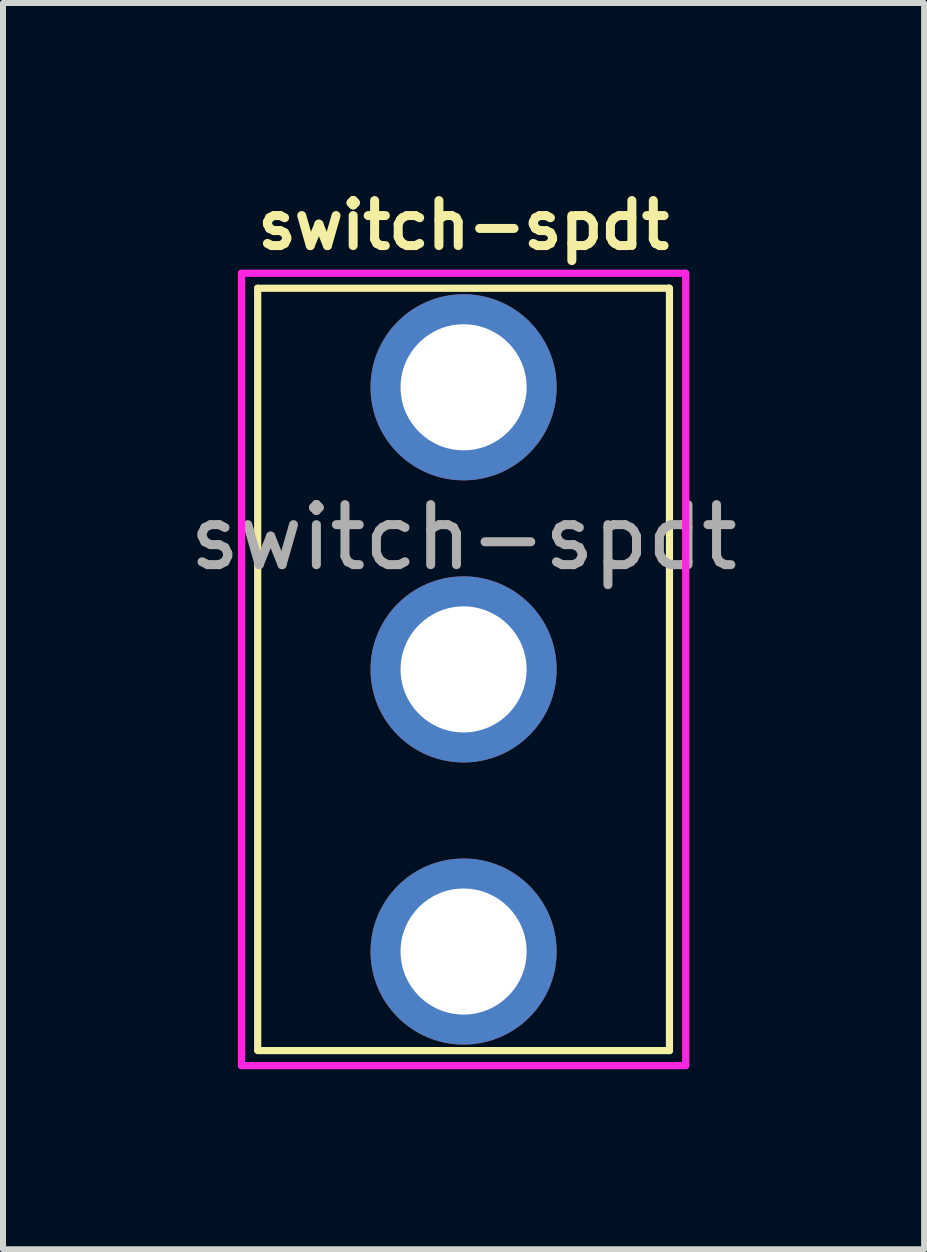
<source format=kicad_pcb>
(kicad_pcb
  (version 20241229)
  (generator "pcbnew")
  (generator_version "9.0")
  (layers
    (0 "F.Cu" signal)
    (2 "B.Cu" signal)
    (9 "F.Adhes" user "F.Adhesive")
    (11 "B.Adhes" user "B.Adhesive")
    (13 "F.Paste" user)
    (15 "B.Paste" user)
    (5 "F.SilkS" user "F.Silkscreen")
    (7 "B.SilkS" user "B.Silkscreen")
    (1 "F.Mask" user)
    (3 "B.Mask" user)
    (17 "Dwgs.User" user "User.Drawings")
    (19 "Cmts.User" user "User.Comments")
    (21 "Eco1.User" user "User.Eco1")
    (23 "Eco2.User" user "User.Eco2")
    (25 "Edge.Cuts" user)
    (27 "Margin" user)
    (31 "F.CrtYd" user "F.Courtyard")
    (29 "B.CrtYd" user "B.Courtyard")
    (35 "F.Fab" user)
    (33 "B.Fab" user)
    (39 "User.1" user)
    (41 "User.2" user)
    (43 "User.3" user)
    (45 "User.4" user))
  (footprint "switch-spdt"
    (layer "F.Cu")
    (at 4.673 8.102)
    (property "Reference" "switch-spdt" (at 0 -7.4 0) (layer "F.SilkS") (effects (font (size 0.75 0.75) (thickness 0.15))))
    (attr through_hole)
    (fp_line (start -3.43 -6.35) (end 3.42 -6.35) (stroke (width 0.12) (type solid)) (layer "F.SilkS"))
    (fp_line (start -3.43 6.34) (end -3.43 -6.35) (stroke (width 0.12) (type solid)) (layer "F.SilkS"))
    (fp_line (start 3.42 -6.35) (end 3.42 -6.34) (stroke (width 0.12) (type solid)) (layer "F.SilkS"))
    (fp_line (start 3.43 -6.35) (end 3.43 6.35) (stroke (width 0.12) (type solid)) (layer "F.SilkS"))
    (fp_line (start 3.43 6.35) (end -3.43 6.35) (stroke (width 0.12) (type solid)) (layer "F.SilkS"))
    (fp_line (start -3.7 -6.6) (end 3.7 -6.6) (stroke (width 0.12) (type solid)) (layer "F.CrtYd"))
    (fp_line (start -3.7 6.6) (end -3.7 -6.6) (stroke (width 0.12) (type solid)) (layer "F.CrtYd"))
    (fp_line (start 3.7 -6.6) (end 3.7 6.6) (stroke (width 0.12) (type solid)) (layer "F.CrtYd"))
    (fp_line (start 3.7 6.6) (end -3.7 6.6) (stroke (width 0.12) (type solid)) (layer "F.CrtYd"))
    (fp_text user "${REFERENCE}" (at 0 -2.2 0) (layer "F.Fab") (effects (font (size 1 1) (thickness 0.15))))
    (pad "1" thru_hole circle (at 0 4.7) (size 3.1 3.1) (drill 2.1) (layers "*.Cu" "*.Mask"))
    (pad "2" thru_hole circle (at 0 0) (size 3.1 3.1) (drill 2.1) (layers "*.Cu" "*.Mask"))
    (pad "3" thru_hole circle (at 0 -4.7) (size 3.1 3.1) (drill 2.1) (layers "*.Cu" "*.Mask")))
  (gr_rect
    (start -3 -3)
    (end 12.345 17.762)
    (stroke (width 0.1) (type default))
    (fill no)
    (layer "Edge.Cuts")))
</source>
